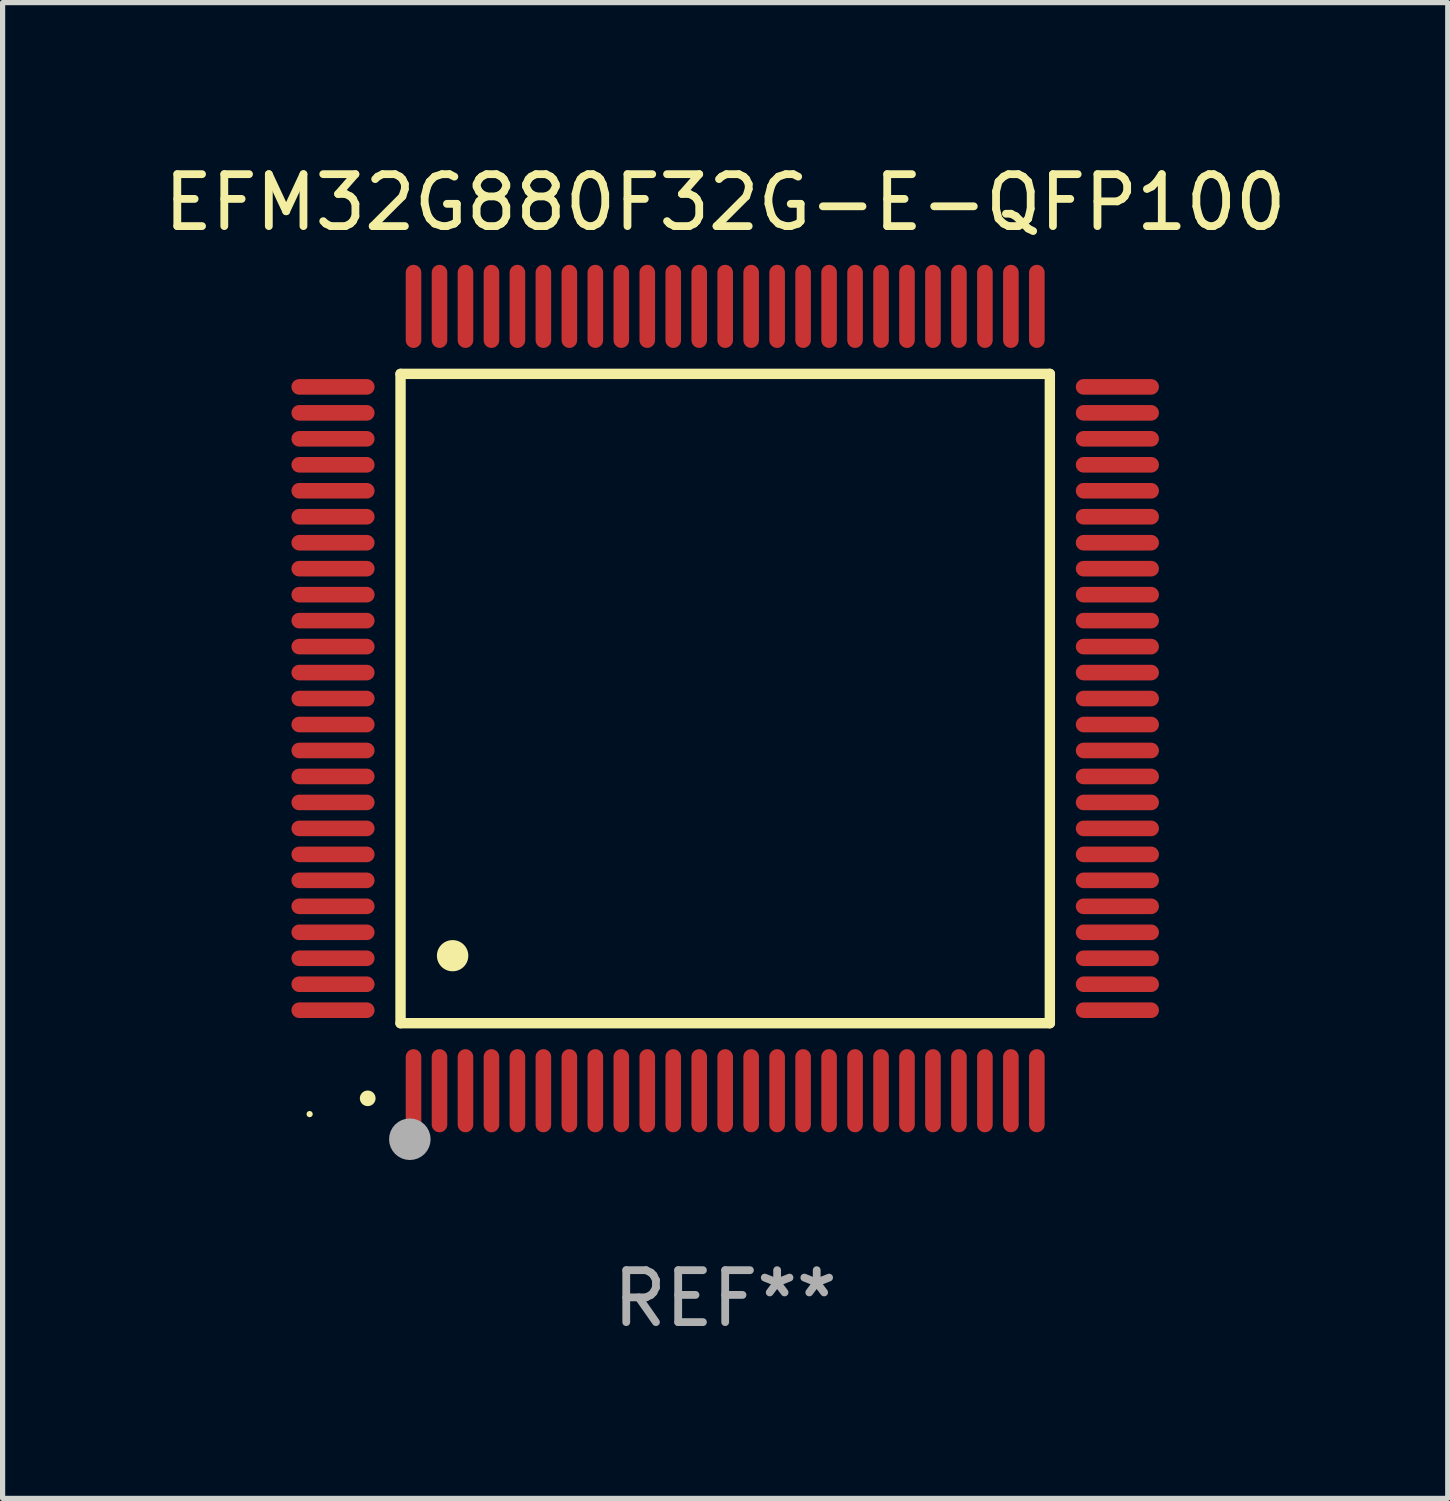
<source format=kicad_pcb>
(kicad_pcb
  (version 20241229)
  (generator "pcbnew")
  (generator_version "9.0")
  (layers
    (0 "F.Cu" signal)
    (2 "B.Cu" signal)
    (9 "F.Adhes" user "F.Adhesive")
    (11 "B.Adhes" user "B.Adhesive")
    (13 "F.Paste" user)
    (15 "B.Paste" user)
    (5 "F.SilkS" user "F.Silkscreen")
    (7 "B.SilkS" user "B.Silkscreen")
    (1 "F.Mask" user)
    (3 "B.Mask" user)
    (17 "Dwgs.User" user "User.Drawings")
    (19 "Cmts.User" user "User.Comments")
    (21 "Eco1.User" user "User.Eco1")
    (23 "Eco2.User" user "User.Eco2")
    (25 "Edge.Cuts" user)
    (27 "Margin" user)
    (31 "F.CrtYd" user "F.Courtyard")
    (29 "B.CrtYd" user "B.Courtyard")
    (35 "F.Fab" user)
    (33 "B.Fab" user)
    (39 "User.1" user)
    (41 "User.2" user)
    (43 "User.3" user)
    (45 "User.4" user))
  (footprint "EFM32G880F32G-E-QFP100"
    (layer "F.Cu")
    (at 10.911 10.398)
    (property "Reference" "EFM32G880F32G-E-QFP100" (at 0 -9.55 0) (layer "F.SilkS") (effects (font (size 1 1) (thickness 0.15))))
    (attr through_hole)
    (fp_line (start -6.25 -6.25) (end -6.25 6.25) (stroke (width 0.2) (type solid)) (layer "F.SilkS"))
    (fp_line (start -6.25 6.25) (end 6.25 6.25) (stroke (width 0.2) (type solid)) (layer "F.SilkS"))
    (fp_line (start 6.25 -6.25) (end -6.25 -6.25) (stroke (width 0.2) (type solid)) (layer "F.SilkS"))
    (fp_line (start 6.25 6.25) (end 6.25 -6.25) (stroke (width 0.2) (type solid)) (layer "F.SilkS"))
    (fp_arc (start -6.883414 7.696215) (mid -6.882144 7.69621) (end -6.880874 7.696215) (stroke (width 0.3) (type solid)) (layer "F.SilkS"))
    (fp_arc (start -5.250191 4.95047) (mid -5.247651 4.950459) (end -5.245111 4.95047) (stroke (width 0.6) (type solid)) (layer "F.SilkS"))
    (fp_circle (center -8 8) (end -7.97 8) (stroke (width 0.06) (type solid)) (fill no) (layer "F.SilkS"))
    (fp_circle (center -6.071 8.484) (end -5.871 8.484) (stroke (width 0.4) (type solid)) (fill no) (layer "F.Fab"))
    (fp_text user "REF**" (at 0 11.55 0) (layer "F.Fab") (effects (font (size 1 1) (thickness 0.15))))
    (pad "1" smd oval (at -6 7.55) (size 0.3 1.6) (layers "F.Cu" "F.Mask" "F.Paste"))
    (pad "2" smd oval (at -5.5 7.55) (size 0.3 1.6) (layers "F.Cu" "F.Mask" "F.Paste"))
    (pad "3" smd oval (at -5 7.55) (size 0.3 1.6) (layers "F.Cu" "F.Mask" "F.Paste"))
    (pad "4" smd oval (at -4.5 7.55) (size 0.3 1.6) (layers "F.Cu" "F.Mask" "F.Paste"))
    (pad "5" smd oval (at -4 7.55) (size 0.3 1.6) (layers "F.Cu" "F.Mask" "F.Paste"))
    (pad "6" smd oval (at -3.5 7.55) (size 0.3 1.6) (layers "F.Cu" "F.Mask" "F.Paste"))
    (pad "7" smd oval (at -3 7.55) (size 0.3 1.6) (layers "F.Cu" "F.Mask" "F.Paste"))
    (pad "8" smd oval (at -2.5 7.55) (size 0.3 1.6) (layers "F.Cu" "F.Mask" "F.Paste"))
    (pad "9" smd oval (at -2 7.55) (size 0.3 1.6) (layers "F.Cu" "F.Mask" "F.Paste"))
    (pad "10" smd oval (at -1.5 7.55) (size 0.3 1.6) (layers "F.Cu" "F.Mask" "F.Paste"))
    (pad "11" smd oval (at -1 7.55) (size 0.3 1.6) (layers "F.Cu" "F.Mask" "F.Paste"))
    (pad "12" smd oval (at -0.5 7.55) (size 0.3 1.6) (layers "F.Cu" "F.Mask" "F.Paste"))
    (pad "13" smd oval (at 0 7.55) (size 0.3 1.6) (layers "F.Cu" "F.Mask" "F.Paste"))
    (pad "14" smd oval (at 0.5 7.55) (size 0.3 1.6) (layers "F.Cu" "F.Mask" "F.Paste"))
    (pad "15" smd oval (at 1 7.55) (size 0.3 1.6) (layers "F.Cu" "F.Mask" "F.Paste"))
    (pad "16" smd oval (at 1.5 7.55) (size 0.3 1.6) (layers "F.Cu" "F.Mask" "F.Paste"))
    (pad "17" smd oval (at 2 7.55) (size 0.3 1.6) (layers "F.Cu" "F.Mask" "F.Paste"))
    (pad "18" smd oval (at 2.5 7.55) (size 0.3 1.6) (layers "F.Cu" "F.Mask" "F.Paste"))
    (pad "19" smd oval (at 3 7.55) (size 0.3 1.6) (layers "F.Cu" "F.Mask" "F.Paste"))
    (pad "20" smd oval (at 3.5 7.55) (size 0.3 1.6) (layers "F.Cu" "F.Mask" "F.Paste"))
    (pad "21" smd oval (at 4 7.55) (size 0.3 1.6) (layers "F.Cu" "F.Mask" "F.Paste"))
    (pad "22" smd oval (at 4.5 7.55) (size 0.3 1.6) (layers "F.Cu" "F.Mask" "F.Paste"))
    (pad "23" smd oval (at 5 7.55) (size 0.3 1.6) (layers "F.Cu" "F.Mask" "F.Paste"))
    (pad "24" smd oval (at 5.5 7.55) (size 0.3 1.6) (layers "F.Cu" "F.Mask" "F.Paste"))
    (pad "25" smd oval (at 6 7.55) (size 0.3 1.6) (layers "F.Cu" "F.Mask" "F.Paste"))
    (pad "26" smd oval (at 7.55 6) (size 1.6 0.3) (layers "F.Cu" "F.Mask" "F.Paste"))
    (pad "27" smd oval (at 7.55 5.5) (size 1.6 0.3) (layers "F.Cu" "F.Mask" "F.Paste"))
    (pad "28" smd oval (at 7.55 5) (size 1.6 0.3) (layers "F.Cu" "F.Mask" "F.Paste"))
    (pad "29" smd oval (at 7.55 4.5) (size 1.6 0.3) (layers "F.Cu" "F.Mask" "F.Paste"))
    (pad "30" smd oval (at 7.55 4) (size 1.6 0.3) (layers "F.Cu" "F.Mask" "F.Paste"))
    (pad "31" smd oval (at 7.55 3.5) (size 1.6 0.3) (layers "F.Cu" "F.Mask" "F.Paste"))
    (pad "32" smd oval (at 7.55 3) (size 1.6 0.3) (layers "F.Cu" "F.Mask" "F.Paste"))
    (pad "33" smd oval (at 7.55 2.5) (size 1.6 0.3) (layers "F.Cu" "F.Mask" "F.Paste"))
    (pad "34" smd oval (at 7.55 2) (size 1.6 0.3) (layers "F.Cu" "F.Mask" "F.Paste"))
    (pad "35" smd oval (at 7.55 1.5) (size 1.6 0.3) (layers "F.Cu" "F.Mask" "F.Paste"))
    (pad "36" smd oval (at 7.55 1) (size 1.6 0.3) (layers "F.Cu" "F.Mask" "F.Paste"))
    (pad "37" smd oval (at 7.55 0.5) (size 1.6 0.3) (layers "F.Cu" "F.Mask" "F.Paste"))
    (pad "38" smd oval (at 7.55 0) (size 1.6 0.3) (layers "F.Cu" "F.Mask" "F.Paste"))
    (pad "39" smd oval (at 7.55 -0.5) (size 1.6 0.3) (layers "F.Cu" "F.Mask" "F.Paste"))
    (pad "40" smd oval (at 7.55 -1) (size 1.6 0.3) (layers "F.Cu" "F.Mask" "F.Paste"))
    (pad "41" smd oval (at 7.55 -1.5) (size 1.6 0.3) (layers "F.Cu" "F.Mask" "F.Paste"))
    (pad "42" smd oval (at 7.55 -2) (size 1.6 0.3) (layers "F.Cu" "F.Mask" "F.Paste"))
    (pad "43" smd oval (at 7.55 -2.5) (size 1.6 0.3) (layers "F.Cu" "F.Mask" "F.Paste"))
    (pad "44" smd oval (at 7.55 -3) (size 1.6 0.3) (layers "F.Cu" "F.Mask" "F.Paste"))
    (pad "45" smd oval (at 7.55 -3.5) (size 1.6 0.3) (layers "F.Cu" "F.Mask" "F.Paste"))
    (pad "46" smd oval (at 7.55 -4) (size 1.6 0.3) (layers "F.Cu" "F.Mask" "F.Paste"))
    (pad "47" smd oval (at 7.55 -4.5) (size 1.6 0.3) (layers "F.Cu" "F.Mask" "F.Paste"))
    (pad "48" smd oval (at 7.55 -5) (size 1.6 0.3) (layers "F.Cu" "F.Mask" "F.Paste"))
    (pad "49" smd oval (at 7.55 -5.5) (size 1.6 0.3) (layers "F.Cu" "F.Mask" "F.Paste"))
    (pad "50" smd oval (at 7.55 -6) (size 1.6 0.3) (layers "F.Cu" "F.Mask" "F.Paste"))
    (pad "51" smd oval (at 6 -7.55) (size 0.3 1.6) (layers "F.Cu" "F.Mask" "F.Paste"))
    (pad "52" smd oval (at 5.5 -7.55) (size 0.3 1.6) (layers "F.Cu" "F.Mask" "F.Paste"))
    (pad "53" smd oval (at 5 -7.55) (size 0.3 1.6) (layers "F.Cu" "F.Mask" "F.Paste"))
    (pad "54" smd oval (at 4.5 -7.55) (size 0.3 1.6) (layers "F.Cu" "F.Mask" "F.Paste"))
    (pad "55" smd oval (at 4 -7.55) (size 0.3 1.6) (layers "F.Cu" "F.Mask" "F.Paste"))
    (pad "56" smd oval (at 3.5 -7.55) (size 0.3 1.6) (layers "F.Cu" "F.Mask" "F.Paste"))
    (pad "57" smd oval (at 3 -7.55) (size 0.3 1.6) (layers "F.Cu" "F.Mask" "F.Paste"))
    (pad "58" smd oval (at 2.5 -7.55) (size 0.3 1.6) (layers "F.Cu" "F.Mask" "F.Paste"))
    (pad "59" smd oval (at 2 -7.55) (size 0.3 1.6) (layers "F.Cu" "F.Mask" "F.Paste"))
    (pad "60" smd oval (at 1.5 -7.55) (size 0.3 1.6) (layers "F.Cu" "F.Mask" "F.Paste"))
    (pad "61" smd oval (at 1 -7.55) (size 0.3 1.6) (layers "F.Cu" "F.Mask" "F.Paste"))
    (pad "62" smd oval (at 0.5 -7.55) (size 0.3 1.6) (layers "F.Cu" "F.Mask" "F.Paste"))
    (pad "63" smd oval (at 0 -7.55) (size 0.3 1.6) (layers "F.Cu" "F.Mask" "F.Paste"))
    (pad "64" smd oval (at -0.5 -7.55) (size 0.3 1.6) (layers "F.Cu" "F.Mask" "F.Paste"))
    (pad "65" smd oval (at -1 -7.55) (size 0.3 1.6) (layers "F.Cu" "F.Mask" "F.Paste"))
    (pad "66" smd oval (at -1.5 -7.55) (size 0.3 1.6) (layers "F.Cu" "F.Mask" "F.Paste"))
    (pad "67" smd oval (at -2 -7.55) (size 0.3 1.6) (layers "F.Cu" "F.Mask" "F.Paste"))
    (pad "68" smd oval (at -2.5 -7.55) (size 0.3 1.6) (layers "F.Cu" "F.Mask" "F.Paste"))
    (pad "69" smd oval (at -3 -7.55) (size 0.3 1.6) (layers "F.Cu" "F.Mask" "F.Paste"))
    (pad "70" smd oval (at -3.5 -7.55) (size 0.3 1.6) (layers "F.Cu" "F.Mask" "F.Paste"))
    (pad "71" smd oval (at -4 -7.55) (size 0.3 1.6) (layers "F.Cu" "F.Mask" "F.Paste"))
    (pad "72" smd oval (at -4.5 -7.55) (size 0.3 1.6) (layers "F.Cu" "F.Mask" "F.Paste"))
    (pad "73" smd oval (at -5 -7.55) (size 0.3 1.6) (layers "F.Cu" "F.Mask" "F.Paste"))
    (pad "74" smd oval (at -5.5 -7.55) (size 0.3 1.6) (layers "F.Cu" "F.Mask" "F.Paste"))
    (pad "75" smd oval (at -6 -7.55) (size 0.3 1.6) (layers "F.Cu" "F.Mask" "F.Paste"))
    (pad "76" smd oval (at -7.55 -6) (size 1.6 0.3) (layers "F.Cu" "F.Mask" "F.Paste"))
    (pad "77" smd oval (at -7.55 -5.5) (size 1.6 0.3) (layers "F.Cu" "F.Mask" "F.Paste"))
    (pad "78" smd oval (at -7.55 -5) (size 1.6 0.3) (layers "F.Cu" "F.Mask" "F.Paste"))
    (pad "79" smd oval (at -7.55 -4.5) (size 1.6 0.3) (layers "F.Cu" "F.Mask" "F.Paste"))
    (pad "80" smd oval (at -7.55 -4) (size 1.6 0.3) (layers "F.Cu" "F.Mask" "F.Paste"))
    (pad "81" smd oval (at -7.55 -3.5) (size 1.6 0.3) (layers "F.Cu" "F.Mask" "F.Paste"))
    (pad "82" smd oval (at -7.55 -3) (size 1.6 0.3) (layers "F.Cu" "F.Mask" "F.Paste"))
    (pad "83" smd oval (at -7.55 -2.5) (size 1.6 0.3) (layers "F.Cu" "F.Mask" "F.Paste"))
    (pad "84" smd oval (at -7.55 -2) (size 1.6 0.3) (layers "F.Cu" "F.Mask" "F.Paste"))
    (pad "85" smd oval (at -7.55 -1.5) (size 1.6 0.3) (layers "F.Cu" "F.Mask" "F.Paste"))
    (pad "86" smd oval (at -7.55 -1) (size 1.6 0.3) (layers "F.Cu" "F.Mask" "F.Paste"))
    (pad "87" smd oval (at -7.55 -0.5) (size 1.6 0.3) (layers "F.Cu" "F.Mask" "F.Paste"))
    (pad "88" smd oval (at -7.55 0) (size 1.6 0.3) (layers "F.Cu" "F.Mask" "F.Paste"))
    (pad "89" smd oval (at -7.55 0.5) (size 1.6 0.3) (layers "F.Cu" "F.Mask" "F.Paste"))
    (pad "90" smd oval (at -7.55 1) (size 1.6 0.3) (layers "F.Cu" "F.Mask" "F.Paste"))
    (pad "91" smd oval (at -7.55 1.5) (size 1.6 0.3) (layers "F.Cu" "F.Mask" "F.Paste"))
    (pad "92" smd oval (at -7.55 2) (size 1.6 0.3) (layers "F.Cu" "F.Mask" "F.Paste"))
    (pad "93" smd oval (at -7.55 2.5) (size 1.6 0.3) (layers "F.Cu" "F.Mask" "F.Paste"))
    (pad "94" smd oval (at -7.55 3) (size 1.6 0.3) (layers "F.Cu" "F.Mask" "F.Paste"))
    (pad "95" smd oval (at -7.55 3.5) (size 1.6 0.3) (layers "F.Cu" "F.Mask" "F.Paste"))
    (pad "96" smd oval (at -7.55 4) (size 1.6 0.3) (layers "F.Cu" "F.Mask" "F.Paste"))
    (pad "97" smd oval (at -7.55 4.5) (size 1.6 0.3) (layers "F.Cu" "F.Mask" "F.Paste"))
    (pad "98" smd oval (at -7.55 5) (size 1.6 0.3) (layers "F.Cu" "F.Mask" "F.Paste"))
    (pad "99" smd oval (at -7.55 5.5) (size 1.6 0.3) (layers "F.Cu" "F.Mask" "F.Paste"))
    (pad "100" smd oval (at -7.55 6) (size 1.6 0.3) (layers "F.Cu" "F.Mask" "F.Paste")))
  (gr_rect
    (start -3 -3)
    (end 24.821 25.796)
    (stroke (width 0.1) (type default))
    (fill no)
    (layer "Edge.Cuts")))
</source>
